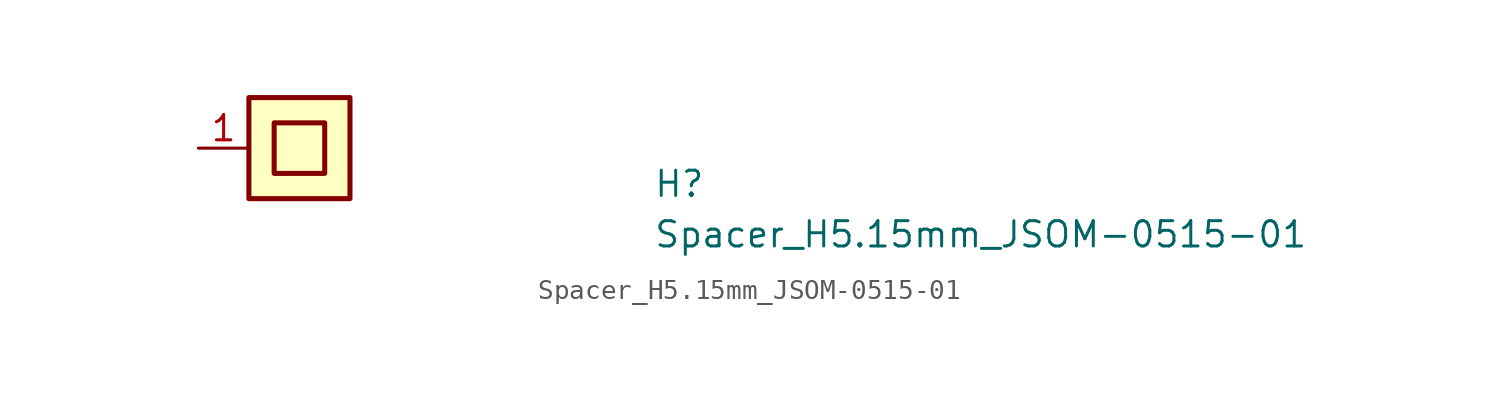
<source format=kicad_sym>
(kicad_symbol_lib
  (version 20211014)
  (generator kicad_symbol_editor)
  (symbol "Spacer_H5.15mm_JSOM-0515-01"
    (pin_names hide)
    (property "Reference" "H"
      (at 22.86 -2.54 0)
      (effects (font (size 1.27 1.27) (thickness 0.15)) (justify left bottom)))
    (property "Value" "Spacer_H5.15mm_JSOM-0515-01"
      (at 22.86 -5.08 0)
      (effects (font (size 1.27 1.27) (thickness 0.15)) (justify left bottom)))
    (symbol "Spacer_H5.15mm_JSOM-0515-01_1_1"
      (rectangle (start 2.54 -2.54) (end 7.62 2.54) (stroke (width 0.254) (type default) (color 0 0 0 0)) (fill (type background)))
      (rectangle (start 3.81 -1.27) (end 6.35 1.27) (stroke (width 0.254) (type default) (color 0 0 0 0)) (fill (type background)))
      (pin passive line (at 0 0 0) (length 2.54) (name "1" (effects (font (size 1.27 1.27)))) (number "1" (effects (font (size 1.27 1.27))))))))
</source>
